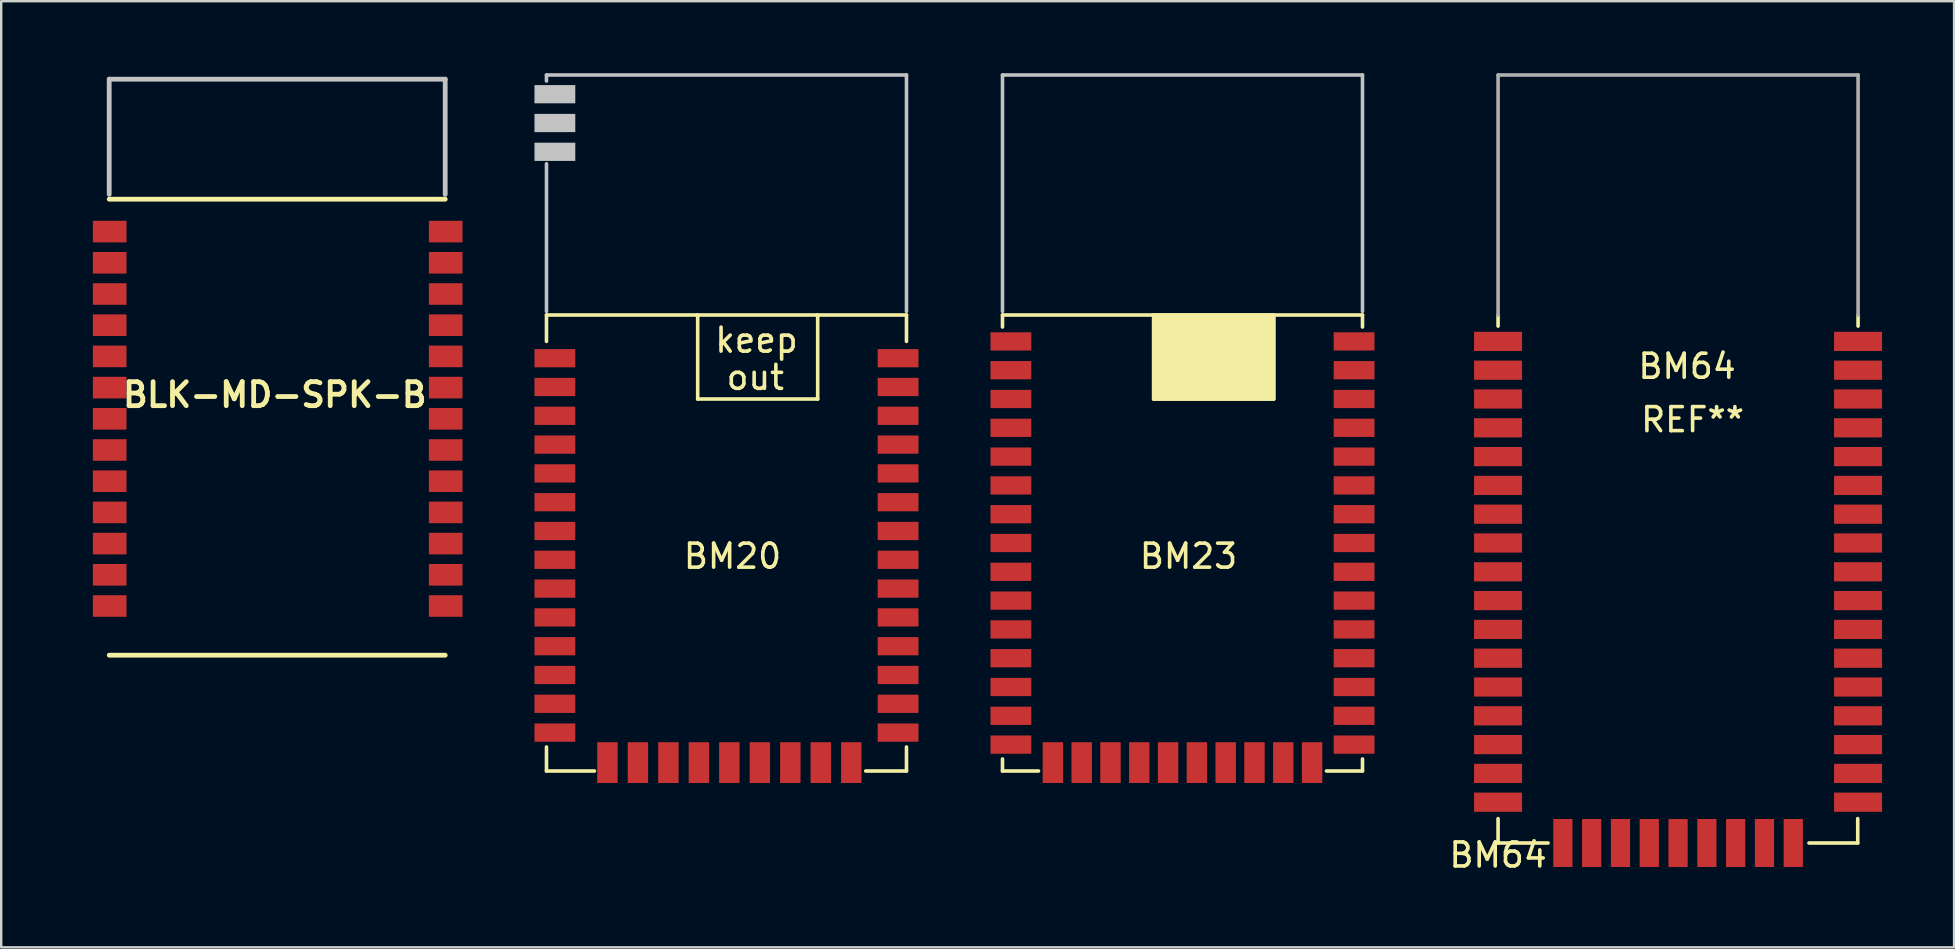
<source format=kicad_pcb>
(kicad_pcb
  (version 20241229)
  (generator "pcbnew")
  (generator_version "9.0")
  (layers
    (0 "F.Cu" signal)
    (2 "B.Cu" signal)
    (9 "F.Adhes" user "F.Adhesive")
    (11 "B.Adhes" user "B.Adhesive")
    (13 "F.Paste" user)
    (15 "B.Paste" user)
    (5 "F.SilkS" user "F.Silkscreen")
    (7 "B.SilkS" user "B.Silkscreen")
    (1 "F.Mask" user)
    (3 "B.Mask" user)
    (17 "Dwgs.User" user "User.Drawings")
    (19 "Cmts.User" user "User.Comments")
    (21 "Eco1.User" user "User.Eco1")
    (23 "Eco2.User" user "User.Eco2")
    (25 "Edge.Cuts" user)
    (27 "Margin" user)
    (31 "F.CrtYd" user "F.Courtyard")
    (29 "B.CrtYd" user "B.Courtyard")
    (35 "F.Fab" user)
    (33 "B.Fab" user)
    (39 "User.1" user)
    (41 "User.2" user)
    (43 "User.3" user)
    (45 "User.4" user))
  (footprint "BM23"
    (layer "F.Cu")
    (at 38.72 29.075)
    (property "Reference" "BM23" (at 7.75 -8.95 0) (layer "F.SilkS") (effects (font (size 1 1) (thickness 0.15))))
    (attr through_hole)
    (fp_line (start 0 -19) (end 15 -19) (stroke (width 0.15) (type solid)) (layer "F.SilkS"))
    (fp_line (start 0 -18.5) (end 0 -19) (stroke (width 0.15) (type solid)) (layer "F.SilkS"))
    (fp_line (start 0 -0.5) (end 0 0) (stroke (width 0.15) (type solid)) (layer "F.SilkS"))
    (fp_line (start 0 0) (end 1.5 0) (stroke (width 0.15) (type solid)) (layer "F.SilkS"))
    (fp_line (start 6.3 -19) (end 6.3 -15.5) (stroke (width 0.15) (type solid)) (layer "F.SilkS"))
    (fp_line (start 6.3 -15.5) (end 11.3 -15.5) (stroke (width 0.15) (type solid)) (layer "F.SilkS"))
    (fp_line (start 11.3 -15.5) (end 11.3 -19) (stroke (width 0.15) (type solid)) (layer "F.SilkS"))
    (fp_line (start 15 -19) (end 15 -18.5) (stroke (width 0.15) (type solid)) (layer "F.SilkS"))
    (fp_line (start 15 -0.5) (end 15 0) (stroke (width 0.15) (type solid)) (layer "F.SilkS"))
    (fp_line (start 15 0) (end 13.5 0) (stroke (width 0.15) (type solid)) (layer "F.SilkS"))
    (fp_poly (pts (xy 6.3 -19) (xy 11.3 -19) (xy 11.3 -15.5) (xy 6.3 -15.5)) (stroke (width 0.15) (type solid)) (fill yes) (layer "F.SilkS"))
    (fp_line (start 0 -29) (end 0 -19.15) (stroke (width 0.15) (type solid)) (layer "Dwgs.User"))
    (fp_line (start 15 -29) (end 0 -29) (stroke (width 0.15) (type solid)) (layer "Dwgs.User"))
    (fp_line (start 15 -19.15) (end 15 -29) (stroke (width 0.15) (type solid)) (layer "Dwgs.User"))
    (pad "1" smd trapezoid (at 0.35 -17.9 90) (size 0.76 1.7) (layers "F.Cu" "F.Mask" "F.Paste"))
    (pad "2" smd trapezoid (at 0.35 -16.7 90) (size 0.76 1.7) (layers "F.Cu" "F.Mask" "F.Paste"))
    (pad "3" smd trapezoid (at 0.35 -15.5 90) (size 0.76 1.7) (layers "F.Cu" "F.Mask" "F.Paste"))
    (pad "4" smd trapezoid (at 0.35 -14.3 90) (size 0.76 1.7) (layers "F.Cu" "F.Mask" "F.Paste"))
    (pad "5" smd trapezoid (at 0.35 -13.1 90) (size 0.76 1.7) (layers "F.Cu" "F.Mask" "F.Paste"))
    (pad "6" smd trapezoid (at 0.35 -11.9 90) (size 0.76 1.7) (layers "F.Cu" "F.Mask" "F.Paste"))
    (pad "7" smd trapezoid (at 0.35 -10.7 90) (size 0.76 1.7) (layers "F.Cu" "F.Mask" "F.Paste"))
    (pad "8" smd trapezoid (at 0.35 -9.5 90) (size 0.76 1.7) (layers "F.Cu" "F.Mask" "F.Paste"))
    (pad "9" smd trapezoid (at 0.35 -8.3 90) (size 0.76 1.7) (layers "F.Cu" "F.Mask" "F.Paste"))
    (pad "10" smd trapezoid (at 0.35 -7.1 90) (size 0.76 1.7) (layers "F.Cu" "F.Mask" "F.Paste"))
    (pad "11" smd trapezoid (at 0.35 -5.9 90) (size 0.76 1.7) (layers "F.Cu" "F.Mask" "F.Paste"))
    (pad "12" smd trapezoid (at 0.35 -4.7 90) (size 0.76 1.7) (layers "F.Cu" "F.Mask" "F.Paste"))
    (pad "13" smd trapezoid (at 0.35 -3.5 90) (size 0.76 1.7) (layers "F.Cu" "F.Mask" "F.Paste"))
    (pad "14" smd trapezoid (at 0.35 -2.3 90) (size 0.76 1.7) (layers "F.Cu" "F.Mask" "F.Paste"))
    (pad "15" smd trapezoid (at 0.35 -1.1 90) (size 0.76 1.7) (layers "F.Cu" "F.Mask" "F.Paste"))
    (pad "16" smd trapezoid (at 2.1 -0.35) (size 0.85 1.7) (layers "F.Cu" "F.Mask" "F.Paste"))
    (pad "17" smd trapezoid (at 3.3 -0.35) (size 0.85 1.7) (layers "F.Cu" "F.Mask" "F.Paste"))
    (pad "18" smd trapezoid (at 4.5 -0.35) (size 0.85 1.7) (layers "F.Cu" "F.Mask" "F.Paste"))
    (pad "19" smd trapezoid (at 5.7 -0.35) (size 0.85 1.7) (layers "F.Cu" "F.Mask" "F.Paste"))
    (pad "20" smd trapezoid (at 6.9 -0.35) (size 0.85 1.7) (layers "F.Cu" "F.Mask" "F.Paste"))
    (pad "21" smd trapezoid (at 8.1 -0.35) (size 0.85 1.7) (layers "F.Cu" "F.Mask" "F.Paste"))
    (pad "22" smd trapezoid (at 9.3 -0.35) (size 0.85 1.7) (layers "F.Cu" "F.Mask" "F.Paste"))
    (pad "23" smd trapezoid (at 10.5 -0.35) (size 0.85 1.7) (layers "F.Cu" "F.Mask" "F.Paste"))
    (pad "24" smd trapezoid (at 11.7 -0.35) (size 0.85 1.7) (layers "F.Cu" "F.Mask" "F.Paste"))
    (pad "25" smd trapezoid (at 12.9 -0.35) (size 0.85 1.7) (layers "F.Cu" "F.Mask" "F.Paste"))
    (pad "26" smd trapezoid (at 14.65 -1.1 90) (size 0.76 1.7) (layers "F.Cu" "F.Mask" "F.Paste"))
    (pad "27" smd trapezoid (at 14.65 -2.3 90) (size 0.76 1.7) (layers "F.Cu" "F.Mask" "F.Paste"))
    (pad "28" smd trapezoid (at 14.65 -3.5 90) (size 0.76 1.7) (layers "F.Cu" "F.Mask" "F.Paste"))
    (pad "29" smd trapezoid (at 14.65 -4.7 90) (size 0.76 1.7) (layers "F.Cu" "F.Mask" "F.Paste"))
    (pad "30" smd trapezoid (at 14.65 -5.9 90) (size 0.76 1.7) (layers "F.Cu" "F.Mask" "F.Paste"))
    (pad "31" smd trapezoid (at 14.65 -7.1 90) (size 0.76 1.7) (layers "F.Cu" "F.Mask" "F.Paste"))
    (pad "32" smd trapezoid (at 14.65 -8.3 90) (size 0.76 1.7) (layers "F.Cu" "F.Mask" "F.Paste"))
    (pad "33" smd trapezoid (at 14.65 -9.5 90) (size 0.76 1.7) (layers "F.Cu" "F.Mask" "F.Paste"))
    (pad "34" smd trapezoid (at 14.65 -10.7 90) (size 0.76 1.7) (layers "F.Cu" "F.Mask" "F.Paste"))
    (pad "35" smd trapezoid (at 14.65 -11.9 90) (size 0.76 1.7) (layers "F.Cu" "F.Mask" "F.Paste"))
    (pad "36" smd trapezoid (at 14.65 -13.1 90) (size 0.76 1.7) (layers "F.Cu" "F.Mask" "F.Paste"))
    (pad "37" smd trapezoid (at 14.65 -14.3 90) (size 0.76 1.7) (layers "F.Cu" "F.Mask" "F.Paste"))
    (pad "38" smd trapezoid (at 14.65 -15.5 90) (size 0.76 1.7) (layers "F.Cu" "F.Mask" "F.Paste"))
    (pad "39" smd trapezoid (at 14.65 -16.7 90) (size 0.76 1.7) (layers "F.Cu" "F.Mask" "F.Paste"))
    (pad "40" smd trapezoid (at 14.65 -17.9 90) (size 0.76 1.7) (layers "F.Cu" "F.Mask" "F.Paste")))
  (footprint "BLK-MD-SPK-B"
    (layer "F.Cu")
    (at 0.25 0.25)
    (property "Reference" "BLK-MD-SPK-B" (at 8.15 13.15 180) (layer "F.SilkS") (effects (font (size 1 1) (thickness 0.2))))
    (attr through_hole)
    (fp_line (start 1.25 24) (end 15.25 24) (stroke (width 0.2) (type solid)) (layer "F.SilkS"))
    (fp_line (start 15.25 5) (end 1.25 5) (stroke (width 0.2) (type solid)) (layer "F.SilkS"))
    (fp_line (start 1.25 0) (end 1.25 4.8) (stroke (width 0.2) (type solid)) (layer "Dwgs.User"))
    (fp_line (start 15.25 0) (end 1.25 0) (stroke (width 0.2) (type solid)) (layer "Dwgs.User"))
    (fp_line (start 15.25 4.8) (end 15.25 0) (stroke (width 0.2) (type solid)) (layer "Dwgs.User"))
    (pad "1" smd rect (at 1.27 6.35 180) (size 1.4 0.9) (layers "F.Cu" "F.Mask" "F.Paste"))
    (pad "2" smd rect (at 1.27 7.65 180) (size 1.4 0.9) (layers "F.Cu" "F.Mask" "F.Paste"))
    (pad "3" smd rect (at 1.27 8.95 180) (size 1.4 0.9) (layers "F.Cu" "F.Mask" "F.Paste"))
    (pad "4" smd rect (at 1.27 10.25 180) (size 1.4 0.9) (layers "F.Cu" "F.Mask" "F.Paste"))
    (pad "5" smd rect (at 1.27 11.55 180) (size 1.4 0.9) (layers "F.Cu" "F.Mask" "F.Paste"))
    (pad "6" smd rect (at 1.27 12.85 180) (size 1.4 0.9) (layers "F.Cu" "F.Mask" "F.Paste"))
    (pad "7" smd rect (at 1.27 14.15 180) (size 1.4 0.9) (layers "F.Cu" "F.Mask" "F.Paste"))
    (pad "8" smd rect (at 1.27 15.45 180) (size 1.4 0.9) (layers "F.Cu" "F.Mask" "F.Paste"))
    (pad "9" smd rect (at 1.27 16.75 180) (size 1.4 0.9) (layers "F.Cu" "F.Mask" "F.Paste"))
    (pad "10" smd rect (at 1.27 18.05 180) (size 1.4 0.9) (layers "F.Cu" "F.Mask" "F.Paste"))
    (pad "11" smd rect (at 1.27 19.35 180) (size 1.4 0.9) (layers "F.Cu" "F.Mask" "F.Paste"))
    (pad "12" smd rect (at 1.27 20.65 180) (size 1.4 0.9) (layers "F.Cu" "F.Mask" "F.Paste"))
    (pad "13" smd rect (at 1.27 21.95 180) (size 1.4 0.9) (layers "F.Cu" "F.Mask" "F.Paste"))
    (pad "14" smd rect (at 15.27 21.95 180) (size 1.4 0.9) (layers "F.Cu" "F.Mask" "F.Paste"))
    (pad "15" smd rect (at 15.27 20.65 180) (size 1.4 0.9) (layers "F.Cu" "F.Mask" "F.Paste"))
    (pad "16" smd rect (at 15.27 19.35 180) (size 1.4 0.9) (layers "F.Cu" "F.Mask" "F.Paste"))
    (pad "17" smd rect (at 15.27 18.05 180) (size 1.4 0.9) (layers "F.Cu" "F.Mask" "F.Paste"))
    (pad "18" smd rect (at 15.27 16.75 180) (size 1.4 0.9) (layers "F.Cu" "F.Mask" "F.Paste"))
    (pad "19" smd rect (at 15.27 15.45 180) (size 1.4 0.9) (layers "F.Cu" "F.Mask" "F.Paste"))
    (pad "20" smd rect (at 15.27 14.15 180) (size 1.4 0.9) (layers "F.Cu" "F.Mask" "F.Paste"))
    (pad "21" smd rect (at 15.27 12.85 180) (size 1.4 0.9) (layers "F.Cu" "F.Mask" "F.Paste"))
    (pad "22" smd rect (at 15.27 11.55 180) (size 1.4 0.9) (layers "F.Cu" "F.Mask" "F.Paste"))
    (pad "23" smd rect (at 15.27 10.25 180) (size 1.4 0.9) (layers "F.Cu" "F.Mask" "F.Paste"))
    (pad "24" smd rect (at 15.27 8.95 180) (size 1.4 0.9) (layers "F.Cu" "F.Mask" "F.Paste"))
    (pad "25" smd rect (at 15.27 7.65 180) (size 1.4 0.9) (layers "F.Cu" "F.Mask" "F.Paste"))
    (pad "26" smd rect (at 15.27 6.35 180) (size 1.4 0.9) (layers "F.Cu" "F.Mask" "F.Paste")))
  (footprint "BM20"
    (layer "F.Cu")
    (at 19.72 29.075)
    (property "Reference" "BM20" (at 7.75 -8.95 0) (layer "F.SilkS") (effects (font (size 1 1) (thickness 0.15))))
    (attr through_hole)
    (fp_line (start 0 -19) (end 0 -17.9) (stroke (width 0.15) (type solid)) (layer "F.SilkS"))
    (fp_line (start 0 -19) (end 15 -19) (stroke (width 0.15) (type solid)) (layer "F.SilkS"))
    (fp_line (start 0 -1) (end 0 0) (stroke (width 0.15) (type solid)) (layer "F.SilkS"))
    (fp_line (start 0 0) (end 2 0) (stroke (width 0.15) (type solid)) (layer "F.SilkS"))
    (fp_line (start 6.3 -19) (end 6.3 -15.5) (stroke (width 0.15) (type solid)) (layer "F.SilkS"))
    (fp_line (start 6.3 -15.5) (end 11.3 -15.5) (stroke (width 0.15) (type solid)) (layer "F.SilkS"))
    (fp_line (start 11.3 -15.5) (end 11.3 -19) (stroke (width 0.15) (type solid)) (layer "F.SilkS"))
    (fp_line (start 15 -19) (end 15 -17.9) (stroke (width 0.15) (type solid)) (layer "F.SilkS"))
    (fp_line (start 15 -1) (end 15 0) (stroke (width 0.15) (type solid)) (layer "F.SilkS"))
    (fp_line (start 15 0) (end 13.3 0) (stroke (width 0.15) (type solid)) (layer "F.SilkS"))
    (fp_line (start 0 -29) (end 15 -29) (stroke (width 0.15) (type solid)) (layer "Dwgs.User"))
    (fp_line (start 0 -28.75) (end 0 -29) (stroke (width 0.15) (type solid)) (layer "Dwgs.User"))
    (fp_line (start 0 -19.15) (end 0 -25.3) (stroke (width 0.15) (type solid)) (layer "Dwgs.User"))
    (fp_line (start 15 -29) (end 15 -19.15) (stroke (width 0.15) (type solid)) (layer "Dwgs.User"))
    (fp_text user "keep" (at 8.75 -17.95 0) (layer "F.SilkS") (effects (font (size 1 1) (thickness 0.15))))
    (fp_text user "out" (at 8.7 -16.4 0) (layer "F.SilkS") (effects (font (size 1 1) (thickness 0.15))))
    (pad "" smd trapezoid (at 0.35 -28.2 90) (size 0.76 1.7) (layers "Dwgs.User"))
    (pad "" smd trapezoid (at 0.35 -27 90) (size 0.76 1.7) (layers "Dwgs.User"))
    (pad "" smd trapezoid (at 0.35 -25.8 90) (size 0.76 1.7) (layers "Dwgs.User"))
    (pad "1" smd trapezoid (at 0.35 -17.2 90) (size 0.76 1.7) (layers "F.Cu" "F.Mask" "F.Paste"))
    (pad "2" smd trapezoid (at 0.35 -16 90) (size 0.76 1.7) (layers "F.Cu" "F.Mask" "F.Paste"))
    (pad "3" smd trapezoid (at 0.35 -14.8 90) (size 0.76 1.7) (layers "F.Cu" "F.Mask" "F.Paste"))
    (pad "4" smd trapezoid (at 0.35 -13.6 90) (size 0.76 1.7) (layers "F.Cu" "F.Mask" "F.Paste"))
    (pad "5" smd trapezoid (at 0.35 -12.4 90) (size 0.76 1.7) (layers "F.Cu" "F.Mask" "F.Paste"))
    (pad "6" smd trapezoid (at 0.35 -11.2 90) (size 0.76 1.7) (layers "F.Cu" "F.Mask" "F.Paste"))
    (pad "7" smd trapezoid (at 0.35 -10 90) (size 0.76 1.7) (layers "F.Cu" "F.Mask" "F.Paste"))
    (pad "8" smd trapezoid (at 0.35 -8.8 90) (size 0.76 1.7) (layers "F.Cu" "F.Mask" "F.Paste"))
    (pad "9" smd trapezoid (at 0.35 -7.6 90) (size 0.76 1.7) (layers "F.Cu" "F.Mask" "F.Paste"))
    (pad "10" smd trapezoid (at 0.35 -6.4 90) (size 0.76 1.7) (layers "F.Cu" "F.Mask" "F.Paste"))
    (pad "11" smd trapezoid (at 0.35 -5.2 90) (size 0.76 1.7) (layers "F.Cu" "F.Mask" "F.Paste"))
    (pad "12" smd trapezoid (at 0.35 -4 90) (size 0.76 1.7) (layers "F.Cu" "F.Mask" "F.Paste"))
    (pad "13" smd trapezoid (at 0.35 -2.8 90) (size 0.76 1.7) (layers "F.Cu" "F.Mask" "F.Paste"))
    (pad "14" smd trapezoid (at 0.35 -1.6 90) (size 0.76 1.7) (layers "F.Cu" "F.Mask" "F.Paste"))
    (pad "15" smd trapezoid (at 2.54 -0.35) (size 0.85 1.7) (layers "F.Cu" "F.Mask" "F.Paste"))
    (pad "16" smd trapezoid (at 3.81 -0.35) (size 0.85 1.7) (layers "F.Cu" "F.Mask" "F.Paste"))
    (pad "17" smd trapezoid (at 5.08 -0.35) (size 0.85 1.7) (layers "F.Cu" "F.Mask" "F.Paste"))
    (pad "18" smd trapezoid (at 6.35 -0.35) (size 0.85 1.7) (layers "F.Cu" "F.Mask" "F.Paste"))
    (pad "19" smd trapezoid (at 7.62 -0.35) (size 0.85 1.7) (layers "F.Cu" "F.Mask" "F.Paste"))
    (pad "20" smd trapezoid (at 8.89 -0.35) (size 0.85 1.7) (layers "F.Cu" "F.Mask" "F.Paste"))
    (pad "21" smd trapezoid (at 10.16 -0.35) (size 0.85 1.7) (layers "F.Cu" "F.Mask" "F.Paste"))
    (pad "22" smd trapezoid (at 11.43 -0.35) (size 0.85 1.7) (layers "F.Cu" "F.Mask" "F.Paste"))
    (pad "23" smd trapezoid (at 12.7 -0.35) (size 0.85 1.7) (layers "F.Cu" "F.Mask" "F.Paste"))
    (pad "24" smd trapezoid (at 14.65 -1.6 90) (size 0.76 1.7) (layers "F.Cu" "F.Mask" "F.Paste"))
    (pad "25" smd trapezoid (at 14.65 -2.8 90) (size 0.76 1.7) (layers "F.Cu" "F.Mask" "F.Paste"))
    (pad "26" smd trapezoid (at 14.65 -4 90) (size 0.76 1.7) (layers "F.Cu" "F.Mask" "F.Paste"))
    (pad "27" smd trapezoid (at 14.65 -5.2 90) (size 0.76 1.7) (layers "F.Cu" "F.Mask" "F.Paste"))
    (pad "28" smd trapezoid (at 14.65 -6.4 90) (size 0.76 1.7) (layers "F.Cu" "F.Mask" "F.Paste"))
    (pad "29" smd trapezoid (at 14.65 -7.6 90) (size 0.76 1.7) (layers "F.Cu" "F.Mask" "F.Paste"))
    (pad "30" smd trapezoid (at 14.65 -8.8 90) (size 0.76 1.7) (layers "F.Cu" "F.Mask" "F.Paste"))
    (pad "31" smd trapezoid (at 14.65 -10 90) (size 0.76 1.7) (layers "F.Cu" "F.Mask" "F.Paste"))
    (pad "32" smd trapezoid (at 14.65 -11.2 90) (size 0.76 1.7) (layers "F.Cu" "F.Mask" "F.Paste"))
    (pad "33" smd trapezoid (at 14.65 -12.4 90) (size 0.76 1.7) (layers "F.Cu" "F.Mask" "F.Paste"))
    (pad "34" smd trapezoid (at 14.65 -13.6 90) (size 0.76 1.7) (layers "F.Cu" "F.Mask" "F.Paste"))
    (pad "35" smd trapezoid (at 14.65 -14.8 90) (size 0.76 1.7) (layers "F.Cu" "F.Mask" "F.Paste"))
    (pad "36" smd trapezoid (at 14.65 -16 90) (size 0.76 1.7) (layers "F.Cu" "F.Mask" "F.Paste"))
    (pad "37" smd trapezoid (at 14.65 -17.2 90) (size 0.76 1.7) (layers "F.Cu" "F.Mask" "F.Paste")))
  (footprint "BM64"
    (layer "F.Cu")
    (at 59.369 32.075)
    (property "Reference" "BM64" (at 0 0.5 0) (unlocked yes) (layer "F.SilkS") (effects (font (size 1 1) (thickness 0.15))))
    (attr through_hole)
    (fp_line (start 0 -21.996) (end 0 -21.539) (stroke (width 0.15) (type solid)) (layer "F.SilkS"))
    (fp_line (start 0 -1.016) (end 0 0) (stroke (width 0.15) (type solid)) (layer "F.SilkS"))
    (fp_line (start 0 0) (end 2.083 0) (stroke (width 0.15) (type solid)) (layer "F.SilkS"))
    (fp_line (start 12.954 0) (end 14.986 0) (stroke (width 0.15) (type solid)) (layer "F.SilkS"))
    (fp_line (start 14.986 0) (end 14.986 -1.016) (stroke (width 0.15) (type solid)) (layer "F.SilkS"))
    (fp_line (start 15 -21.996) (end 15 -21.539) (stroke (width 0.15) (type solid)) (layer "F.SilkS"))
    (fp_line (start 0 -32) (end 15 -32) (stroke (width 0.15) (type solid)) (layer "F.Fab"))
    (fp_line (start 0 -22) (end 0 -32) (stroke (width 0.15) (type solid)) (layer "F.Fab"))
    (fp_line (start 15 -22) (end 15 -32) (stroke (width 0.15) (type solid)) (layer "F.Fab"))
    (fp_text user "REF**" (at 8.106 -17.637 0) (layer "F.SilkS") (effects (font (size 1 1) (thickness 0.15))))
    (fp_text user "BM64" (at 7.874 -19.863 0) (unlocked yes) (layer "F.SilkS") (effects (font (size 1 1) (thickness 0.15))))
    (pad "1" smd rect (at 0 -20.9) (size 2 0.8) (layers "F.Cu" "F.Mask" "F.Paste"))
    (pad "2" smd rect (at 0 -19.7) (size 2 0.8) (layers "F.Cu" "F.Mask" "F.Paste"))
    (pad "3" smd rect (at 0 -18.5) (size 2 0.8) (layers "F.Cu" "F.Mask" "F.Paste"))
    (pad "4" smd rect (at 0 -17.3) (size 2 0.8) (layers "F.Cu" "F.Mask" "F.Paste"))
    (pad "5" smd rect (at 0 -16.1) (size 2 0.8) (layers "F.Cu" "F.Mask" "F.Paste"))
    (pad "6" smd rect (at 0 -14.9) (size 2 0.8) (layers "F.Cu" "F.Mask" "F.Paste"))
    (pad "7" smd rect (at 0 -13.7) (size 2 0.8) (layers "F.Cu" "F.Mask" "F.Paste"))
    (pad "8" smd rect (at 0 -12.5) (size 2 0.8) (layers "F.Cu" "F.Mask" "F.Paste"))
    (pad "9" smd rect (at 0 -11.3) (size 2 0.8) (layers "F.Cu" "F.Mask" "F.Paste"))
    (pad "10" smd rect (at 0 -10.1) (size 2 0.8) (layers "F.Cu" "F.Mask" "F.Paste"))
    (pad "11" smd rect (at 0 -8.9) (size 2 0.8) (layers "F.Cu" "F.Mask" "F.Paste"))
    (pad "12" smd rect (at 0 -7.7) (size 2 0.8) (layers "F.Cu" "F.Mask" "F.Paste"))
    (pad "13" smd rect (at 0 -6.5) (size 2 0.8) (layers "F.Cu" "F.Mask" "F.Paste"))
    (pad "14" smd rect (at 0 -5.3) (size 2 0.8) (layers "F.Cu" "F.Mask" "F.Paste"))
    (pad "15" smd rect (at 0 -4.1) (size 2 0.8) (layers "F.Cu" "F.Mask" "F.Paste"))
    (pad "16" smd rect (at 0 -2.9) (size 2 0.8) (layers "F.Cu" "F.Mask" "F.Paste"))
    (pad "17" smd rect (at 0 -1.7) (size 2 0.8) (layers "F.Cu" "F.Mask" "F.Paste"))
    (pad "18" smd rect (at 2.7 0 90) (size 2 0.8) (layers "F.Cu" "F.Mask" "F.Paste"))
    (pad "19" smd rect (at 3.9 0 90) (size 2 0.8) (layers "F.Cu" "F.Mask" "F.Paste"))
    (pad "20" smd rect (at 5.1 0 90) (size 2 0.8) (layers "F.Cu" "F.Mask" "F.Paste"))
    (pad "21" smd rect (at 6.3 0 90) (size 2 0.8) (layers "F.Cu" "F.Mask" "F.Paste"))
    (pad "22" smd rect (at 7.5 0 90) (size 2 0.8) (layers "F.Cu" "F.Mask" "F.Paste"))
    (pad "23" smd rect (at 8.7 0 90) (size 2 0.8) (layers "F.Cu" "F.Mask" "F.Paste"))
    (pad "24" smd rect (at 9.9 0 90) (size 2 0.8) (layers "F.Cu" "F.Mask" "F.Paste"))
    (pad "25" smd rect (at 11.1 0 90) (size 2 0.8) (layers "F.Cu" "F.Mask" "F.Paste"))
    (pad "26" smd rect (at 12.3 0 90) (size 2 0.8) (layers "F.Cu" "F.Mask" "F.Paste"))
    (pad "27" smd rect (at 15 -1.7 180) (size 2 0.8) (layers "F.Cu" "F.Mask" "F.Paste"))
    (pad "28" smd rect (at 15 -2.9 180) (size 2 0.8) (layers "F.Cu" "F.Mask" "F.Paste"))
    (pad "29" smd rect (at 15 -4.1 180) (size 2 0.8) (layers "F.Cu" "F.Mask" "F.Paste"))
    (pad "30" smd rect (at 15 -5.3 180) (size 2 0.8) (layers "F.Cu" "F.Mask" "F.Paste"))
    (pad "31" smd rect (at 15 -6.5 180) (size 2 0.8) (layers "F.Cu" "F.Mask" "F.Paste"))
    (pad "32" smd rect (at 15 -7.7 180) (size 2 0.8) (layers "F.Cu" "F.Mask" "F.Paste"))
    (pad "33" smd rect (at 15 -8.9 180) (size 2 0.8) (layers "F.Cu" "F.Mask" "F.Paste"))
    (pad "34" smd rect (at 15 -10.1 180) (size 2 0.8) (layers "F.Cu" "F.Mask" "F.Paste"))
    (pad "35" smd rect (at 15 -11.3 180) (size 2 0.8) (layers "F.Cu" "F.Mask" "F.Paste"))
    (pad "36" smd rect (at 15 -12.5 180) (size 2 0.8) (layers "F.Cu" "F.Mask" "F.Paste"))
    (pad "37" smd rect (at 15 -13.7 180) (size 2 0.8) (layers "F.Cu" "F.Mask" "F.Paste"))
    (pad "38" smd rect (at 15 -14.9 180) (size 2 0.8) (layers "F.Cu" "F.Mask" "F.Paste"))
    (pad "39" smd rect (at 15 -16.1 180) (size 2 0.8) (layers "F.Cu" "F.Mask" "F.Paste"))
    (pad "40" smd rect (at 15 -17.3 180) (size 2 0.8) (layers "F.Cu" "F.Mask" "F.Paste"))
    (pad "41" smd rect (at 15 -18.5 180) (size 2 0.8) (layers "F.Cu" "F.Mask" "F.Paste"))
    (pad "42" smd rect (at 15 -19.7 180) (size 2 0.8) (layers "F.Cu" "F.Mask" "F.Paste"))
    (pad "43" smd rect (at 15 -20.9 180) (size 2 0.8) (layers "F.Cu" "F.Mask" "F.Paste")))
  (gr_rect
    (start -3 -3)
    (end 78.369 36.423)
    (stroke (width 0.1) (type default))
    (fill no)
    (layer "Edge.Cuts")))
</source>
